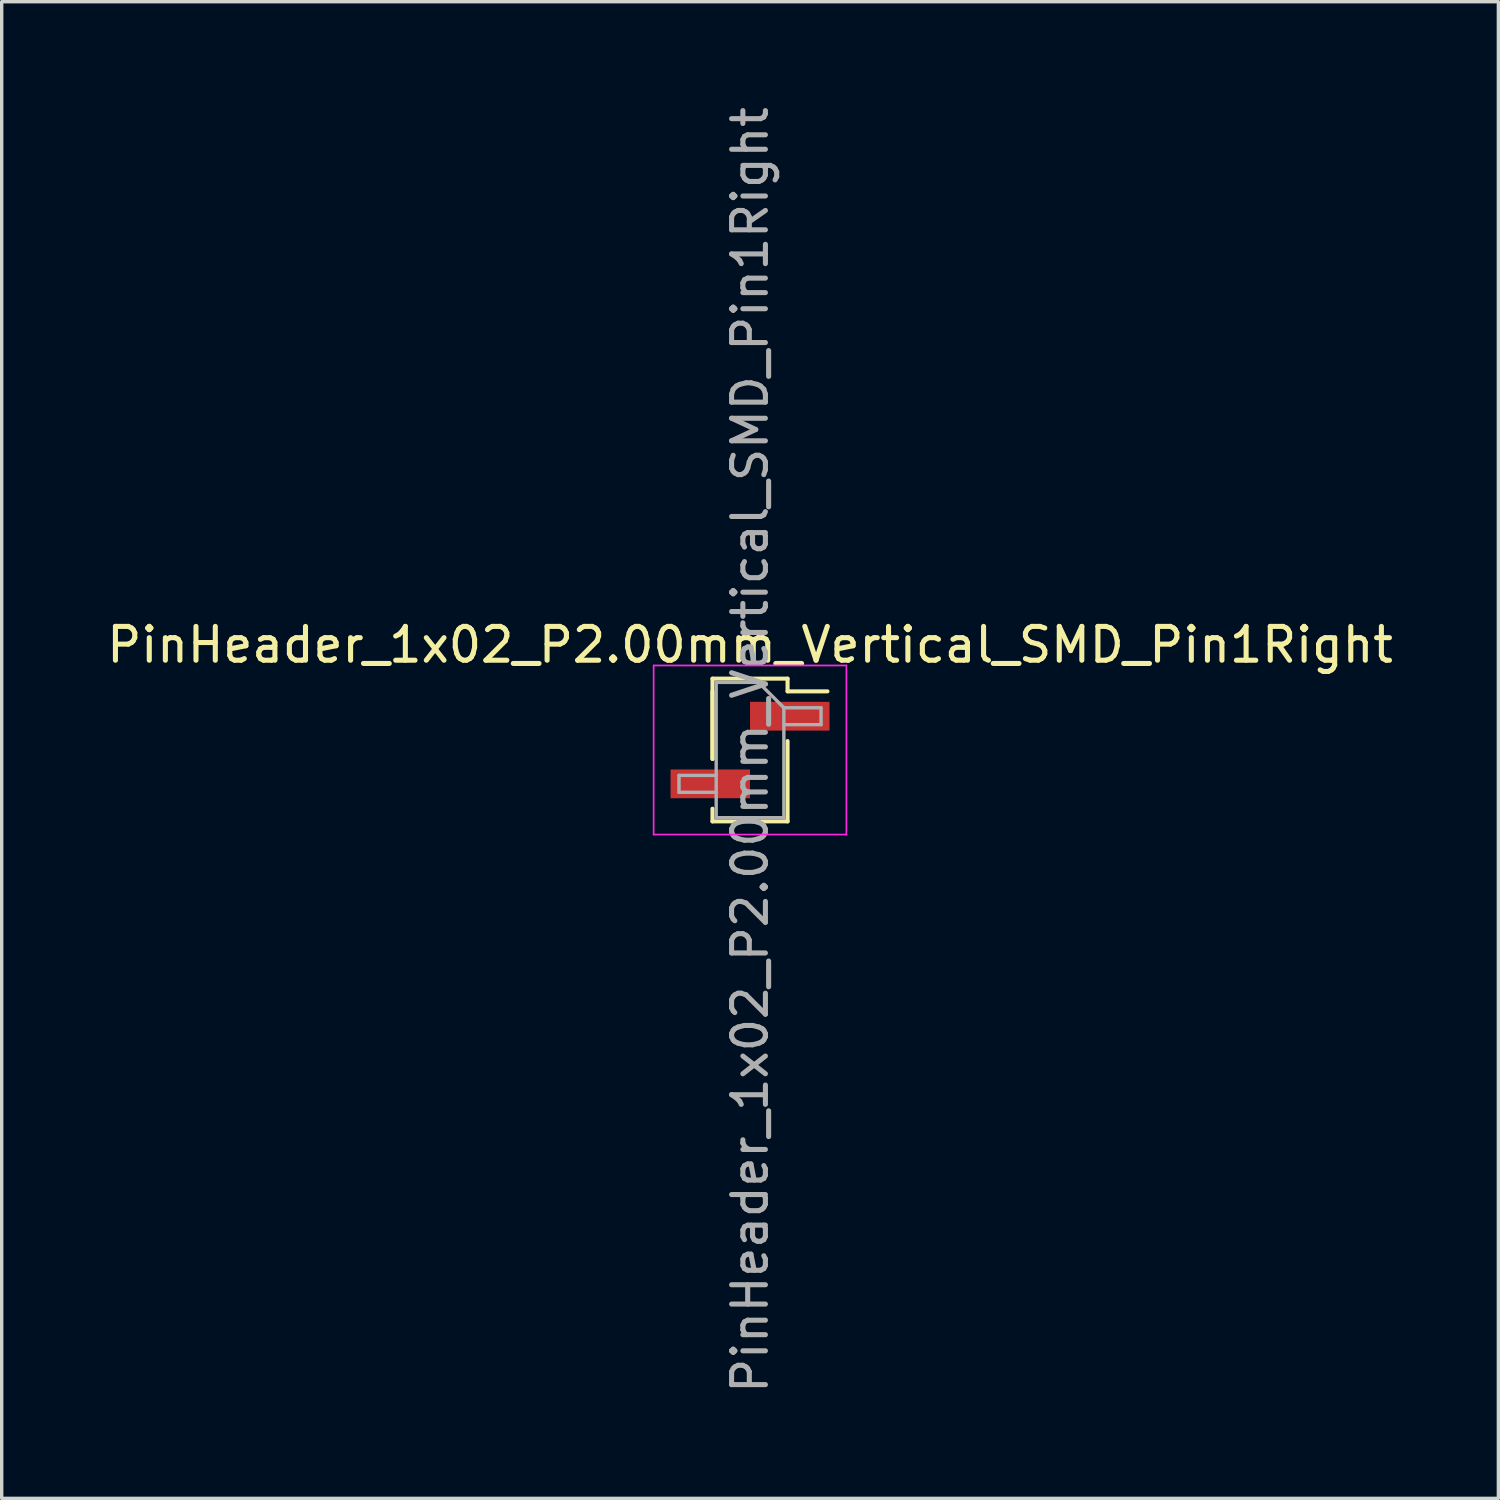
<source format=kicad_pcb>
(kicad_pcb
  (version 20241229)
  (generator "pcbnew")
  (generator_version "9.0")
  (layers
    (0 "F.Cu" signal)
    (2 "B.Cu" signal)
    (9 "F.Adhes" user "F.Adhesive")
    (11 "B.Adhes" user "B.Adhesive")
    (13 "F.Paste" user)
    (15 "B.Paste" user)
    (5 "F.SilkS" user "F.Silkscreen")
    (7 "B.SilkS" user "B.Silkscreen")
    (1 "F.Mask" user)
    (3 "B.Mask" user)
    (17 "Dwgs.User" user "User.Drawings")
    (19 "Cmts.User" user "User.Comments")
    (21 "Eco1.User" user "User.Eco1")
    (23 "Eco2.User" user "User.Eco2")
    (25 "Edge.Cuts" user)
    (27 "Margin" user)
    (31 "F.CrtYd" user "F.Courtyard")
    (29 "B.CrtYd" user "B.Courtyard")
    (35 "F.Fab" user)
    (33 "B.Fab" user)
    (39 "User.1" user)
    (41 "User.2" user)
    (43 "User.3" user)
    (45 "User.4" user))
  (footprint "PinHeader_1x02_P2.00mm_Vertical_SMD_Pin1Right"
    (layer "F.Cu")
    (at 19.125 19.125)
    (property "Reference" "PinHeader_1x02_P2.00mm_Vertical_SMD_Pin1Right" (at 0 -3.11 0) (layer "F.SilkS") (effects (font (size 1 1) (thickness 0.15))))
    (attr smd)
    (fp_line (start -1.11 -2.11) (end -1.11 0.265) (stroke (width 0.12) (type solid)) (layer "F.SilkS"))
    (fp_line (start -1.11 -2.11) (end 1.11 -2.11) (stroke (width 0.12) (type solid)) (layer "F.SilkS"))
    (fp_line (start -1.11 -1.735) (end -1.11 0.265) (stroke (width 0.12) (type solid)) (layer "F.SilkS"))
    (fp_line (start -1.11 1.735) (end -1.11 2.11) (stroke (width 0.12) (type solid)) (layer "F.SilkS"))
    (fp_line (start -1.11 2.11) (end 1.11 2.11) (stroke (width 0.12) (type solid)) (layer "F.SilkS"))
    (fp_line (start 1.11 -2.11) (end 1.11 -1.735) (stroke (width 0.12) (type solid)) (layer "F.SilkS"))
    (fp_line (start 1.11 -1.735) (end 2.29 -1.735) (stroke (width 0.12) (type solid)) (layer "F.SilkS"))
    (fp_line (start 1.11 -0.265) (end 1.11 2.11) (stroke (width 0.12) (type solid)) (layer "F.SilkS"))
    (fp_line (start -2.85 -2.5) (end -2.85 2.5) (stroke (width 0.05) (type solid)) (layer "F.CrtYd"))
    (fp_line (start -2.85 2.5) (end 2.85 2.5) (stroke (width 0.05) (type solid)) (layer "F.CrtYd"))
    (fp_line (start 2.85 -2.5) (end -2.85 -2.5) (stroke (width 0.05) (type solid)) (layer "F.CrtYd"))
    (fp_line (start 2.85 2.5) (end 2.85 -2.5) (stroke (width 0.05) (type solid)) (layer "F.CrtYd"))
    (fp_line (start -2.1 0.75) (end -2.1 1.25) (stroke (width 0.1) (type solid)) (layer "F.Fab"))
    (fp_line (start -2.1 1.25) (end -1 1.25) (stroke (width 0.1) (type solid)) (layer "F.Fab"))
    (fp_line (start -1 -2) (end -1 2) (stroke (width 0.1) (type solid)) (layer "F.Fab"))
    (fp_line (start -1 -2) (end 0.25 -2) (stroke (width 0.1) (type solid)) (layer "F.Fab"))
    (fp_line (start -1 0.75) (end -2.1 0.75) (stroke (width 0.1) (type solid)) (layer "F.Fab"))
    (fp_line (start 1 -1.25) (end 0.25 -2) (stroke (width 0.1) (type solid)) (layer "F.Fab"))
    (fp_line (start 1 -1.25) (end 2.1 -1.25) (stroke (width 0.1) (type solid)) (layer "F.Fab"))
    (fp_line (start 1 2) (end -1 2) (stroke (width 0.1) (type solid)) (layer "F.Fab"))
    (fp_line (start 1 2) (end 1 -1.25) (stroke (width 0.1) (type solid)) (layer "F.Fab"))
    (fp_line (start 2.1 -1.25) (end 2.1 -0.75) (stroke (width 0.1) (type solid)) (layer "F.Fab"))
    (fp_line (start 2.1 -0.75) (end 1 -0.75) (stroke (width 0.1) (type solid)) (layer "F.Fab"))
    (fp_text user "${REFERENCE}" (at 0 0 90) (layer "F.Fab") (effects (font (size 1 1) (thickness 0.15))))
    (pad "1" smd rect (at 1.175 -1) (size 2.35 0.85) (layers "F.Cu" "F.Mask" "F.Paste"))
    (pad "2" smd rect (at -1.175 1) (size 2.35 0.85) (layers "F.Cu" "F.Mask" "F.Paste")))
  (gr_rect
    (start -3 -3)
    (end 41.25 41.25)
    (stroke (width 0.1) (type default))
    (fill no)
    (layer "Edge.Cuts")))
</source>
